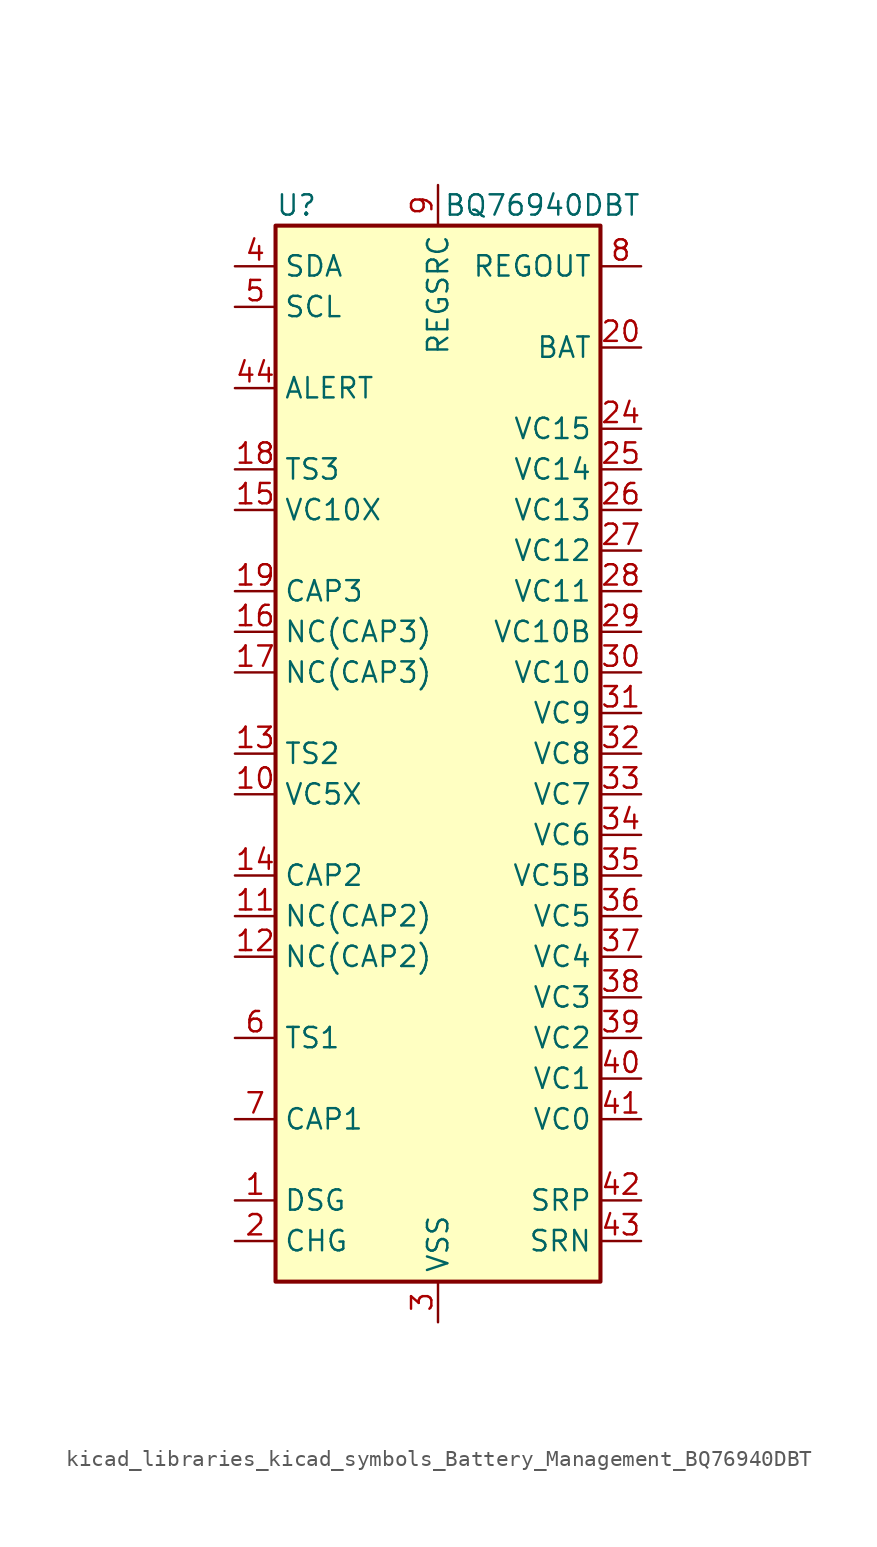
<source format=kicad_sym>
(kicad_symbol_lib
  (version 20220914)
  (generator kicad_symbol_editor)
  (symbol "kicad_libraries_kicad_symbols_Battery_Management_BQ76940DBT"
    (property "Reference" "U"
      (at -10.16 34.29 0)
      (effects (font (size 1.27 1.27)) (justify left)))
    (property "Value" "BQ76940DBT"
      (at 12.7 34.29 0)
      (effects (font (size 1.27 1.27)) (justify right)))
    (symbol "kicad_libraries_kicad_symbols_Battery_Management_BQ76940DBT_0_1"
      (rectangle (start -10.16 33.02) (end 10.16 -33.02) (stroke (width 0.254) (type default)) (fill (type background))))
    (symbol "kicad_libraries_kicad_symbols_Battery_Management_BQ76940DBT_1_0"
      (pin passive line (at -12.7 -2.54 0) (length 2.54) (name "VC5X" (effects (font (size 1.27 1.27)))) (number "10" (effects (font (size 1.27 1.27)))))
      (pin passive line (at -12.7 -10.16 0) (length 2.54) (name "NC(CAP2)" (effects (font (size 1.27 1.27)))) (number "11" (effects (font (size 1.27 1.27)))))
      (pin passive line (at -12.7 -12.7 0) (length 2.54) (name "NC(CAP2)" (effects (font (size 1.27 1.27)))) (number "12" (effects (font (size 1.27 1.27)))))
      (pin passive line (at -12.7 0 0) (length 2.54) (name "TS2" (effects (font (size 1.27 1.27)))) (number "13" (effects (font (size 1.27 1.27)))))
      (pin passive line (at -12.7 -7.62 0) (length 2.54) (name "CAP2" (effects (font (size 1.27 1.27)))) (number "14" (effects (font (size 1.27 1.27)))))
      (pin passive line (at -12.7 15.24 0) (length 2.54) (name "VC10X" (effects (font (size 1.27 1.27)))) (number "15" (effects (font (size 1.27 1.27)))))
      (pin passive line (at -12.7 7.62 0) (length 2.54) (name "NC(CAP3)" (effects (font (size 1.27 1.27)))) (number "16" (effects (font (size 1.27 1.27)))))
      (pin passive line (at -12.7 5.08 0) (length 2.54) (name "NC(CAP3)" (effects (font (size 1.27 1.27)))) (number "17" (effects (font (size 1.27 1.27)))))
      (pin passive line (at -12.7 17.78 0) (length 2.54) (name "TS3" (effects (font (size 1.27 1.27)))) (number "18" (effects (font (size 1.27 1.27)))))
      (pin passive line (at -12.7 10.16 0) (length 2.54) (name "CAP3" (effects (font (size 1.27 1.27)))) (number "19" (effects (font (size 1.27 1.27)))))
      (pin input line (at 12.7 25.4 180) (length 2.54) (name "BAT" (effects (font (size 1.27 1.27)))) (number "20" (effects (font (size 1.27 1.27)))))
      (pin no_connect line (at -5.08 -33.02 90) (length 2.54) hide (name "NC" (effects (font (size 1.27 1.27)))) (number "21" (effects (font (size 1.27 1.27)))))
      (pin no_connect line (at -2.54 -33.02 90) (length 2.54) hide (name "NC" (effects (font (size 1.27 1.27)))) (number "22" (effects (font (size 1.27 1.27)))))
      (pin no_connect line (at 2.54 -33.02 90) (length 2.54) hide (name "NC" (effects (font (size 1.27 1.27)))) (number "23" (effects (font (size 1.27 1.27)))))
      (pin input line (at 12.7 20.32 180) (length 2.54) (name "VC15" (effects (font (size 1.27 1.27)))) (number "24" (effects (font (size 1.27 1.27)))))
      (pin input line (at 12.7 17.78 180) (length 2.54) (name "VC14" (effects (font (size 1.27 1.27)))) (number "25" (effects (font (size 1.27 1.27)))))
      (pin input line (at 12.7 15.24 180) (length 2.54) (name "VC13" (effects (font (size 1.27 1.27)))) (number "26" (effects (font (size 1.27 1.27)))))
      (pin input line (at 12.7 12.7 180) (length 2.54) (name "VC12" (effects (font (size 1.27 1.27)))) (number "27" (effects (font (size 1.27 1.27)))))
      (pin input line (at 12.7 10.16 180) (length 2.54) (name "VC11" (effects (font (size 1.27 1.27)))) (number "28" (effects (font (size 1.27 1.27)))))
      (pin input line (at 12.7 7.62 180) (length 2.54) (name "VC10B" (effects (font (size 1.27 1.27)))) (number "29" (effects (font (size 1.27 1.27)))))
      (pin input line (at 12.7 5.08 180) (length 2.54) (name "VC10" (effects (font (size 1.27 1.27)))) (number "30" (effects (font (size 1.27 1.27)))))
      (pin input line (at 12.7 2.54 180) (length 2.54) (name "VC9" (effects (font (size 1.27 1.27)))) (number "31" (effects (font (size 1.27 1.27)))))
      (pin input line (at 12.7 0 180) (length 2.54) (name "VC8" (effects (font (size 1.27 1.27)))) (number "32" (effects (font (size 1.27 1.27)))))
      (pin input line (at 12.7 -2.54 180) (length 2.54) (name "VC7" (effects (font (size 1.27 1.27)))) (number "33" (effects (font (size 1.27 1.27)))))
      (pin input line (at 12.7 -5.08 180) (length 2.54) (name "VC6" (effects (font (size 1.27 1.27)))) (number "34" (effects (font (size 1.27 1.27)))))
      (pin input line (at 12.7 -7.62 180) (length 2.54) (name "VC5B" (effects (font (size 1.27 1.27)))) (number "35" (effects (font (size 1.27 1.27)))))
      (pin input line (at 12.7 -10.16 180) (length 2.54) (name "VC5" (effects (font (size 1.27 1.27)))) (number "36" (effects (font (size 1.27 1.27)))))
      (pin input line (at 12.7 -12.7 180) (length 2.54) (name "VC4" (effects (font (size 1.27 1.27)))) (number "37" (effects (font (size 1.27 1.27)))))
      (pin input line (at 12.7 -15.24 180) (length 2.54) (name "VC3" (effects (font (size 1.27 1.27)))) (number "38" (effects (font (size 1.27 1.27)))))
      (pin input line (at 12.7 -17.78 180) (length 2.54) (name "VC2" (effects (font (size 1.27 1.27)))) (number "39" (effects (font (size 1.27 1.27)))))
      (pin input line (at 12.7 -20.32 180) (length 2.54) (name "VC1" (effects (font (size 1.27 1.27)))) (number "40" (effects (font (size 1.27 1.27)))))
      (pin input line (at 12.7 -22.86 180) (length 2.54) (name "VC0" (effects (font (size 1.27 1.27)))) (number "41" (effects (font (size 1.27 1.27)))))
      (pin input line (at 12.7 -27.94 180) (length 2.54) (name "SRP" (effects (font (size 1.27 1.27)))) (number "42" (effects (font (size 1.27 1.27)))))
      (pin input line (at 12.7 -30.48 180) (length 2.54) (name "SRN" (effects (font (size 1.27 1.27)))) (number "43" (effects (font (size 1.27 1.27)))))
      (pin bidirectional line (at -12.7 22.86 0) (length 2.54) (name "ALERT" (effects (font (size 1.27 1.27)))) (number "44" (effects (font (size 1.27 1.27)))))
      (pin passive line (at -12.7 -17.78 0) (length 2.54) (name "TS1" (effects (font (size 1.27 1.27)))) (number "6" (effects (font (size 1.27 1.27)))))
      (pin passive line (at -12.7 -22.86 0) (length 2.54) (name "CAP1" (effects (font (size 1.27 1.27)))) (number "7" (effects (font (size 1.27 1.27)))))
      (pin power_out line (at 12.7 30.48 180) (length 2.54) (name "REGOUT" (effects (font (size 1.27 1.27)))) (number "8" (effects (font (size 1.27 1.27)))))
      (pin power_in line (at 0 35.56 270) (length 2.54) (name "REGSRC" (effects (font (size 1.27 1.27)))) (number "9" (effects (font (size 1.27 1.27))))))
    (symbol "kicad_libraries_kicad_symbols_Battery_Management_BQ76940DBT_1_1"
      (pin output line (at -12.7 -27.94 0) (length 2.54) (name "DSG" (effects (font (size 1.27 1.27)))) (number "1" (effects (font (size 1.27 1.27)))))
      (pin output line (at -12.7 -30.48 0) (length 2.54) (name "CHG" (effects (font (size 1.27 1.27)))) (number "2" (effects (font (size 1.27 1.27)))))
      (pin power_in line (at 0 -35.56 90) (length 2.54) (name "VSS" (effects (font (size 1.27 1.27)))) (number "3" (effects (font (size 1.27 1.27)))))
      (pin bidirectional line (at -12.7 30.48 0) (length 2.54) (name "SDA" (effects (font (size 1.27 1.27)))) (number "4" (effects (font (size 1.27 1.27)))))
      (pin input line (at -12.7 27.94 0) (length 2.54) (name "SCL" (effects (font (size 1.27 1.27)))) (number "5" (effects (font (size 1.27 1.27))))))))
</source>
